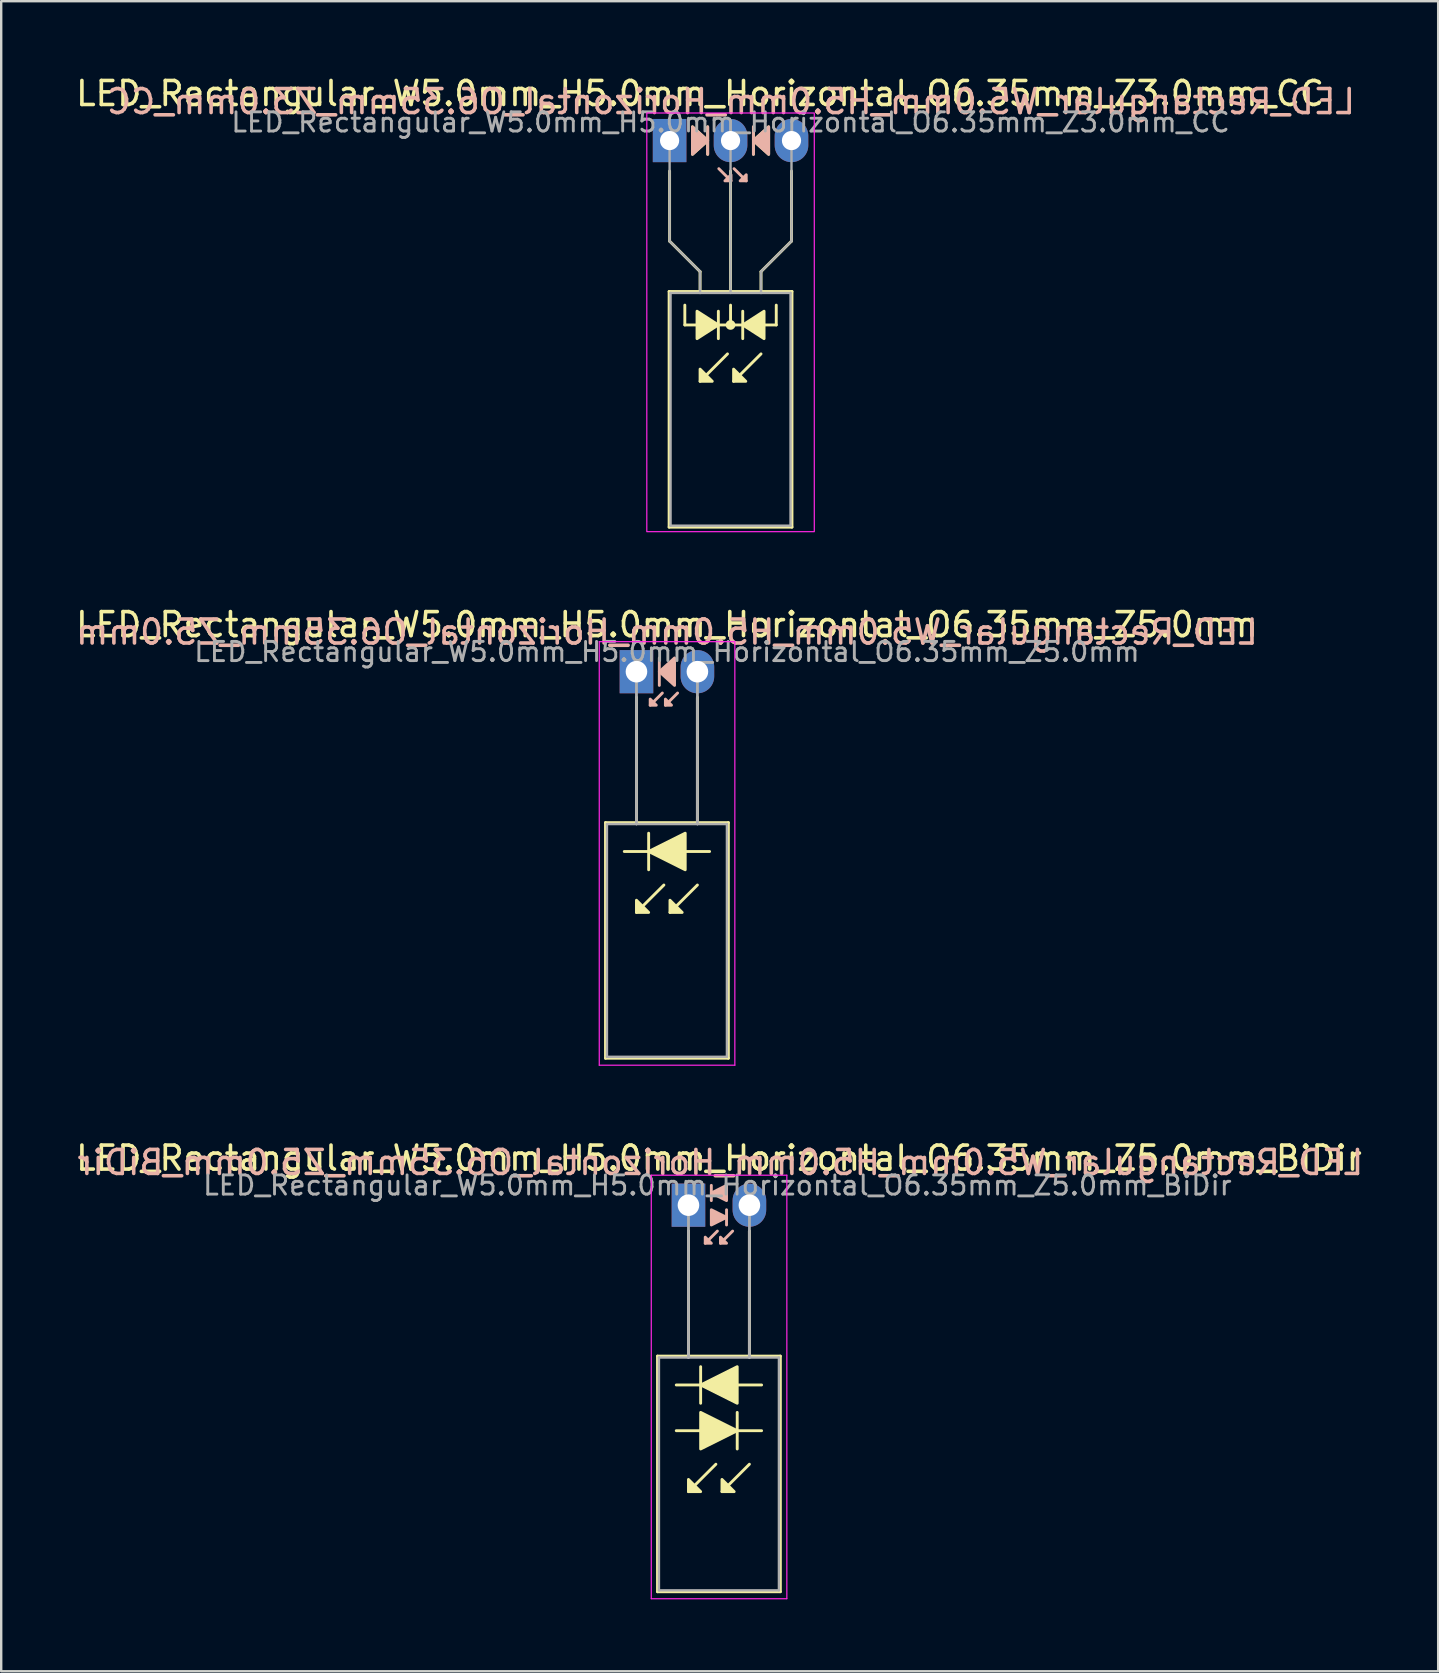
<source format=kicad_pcb>
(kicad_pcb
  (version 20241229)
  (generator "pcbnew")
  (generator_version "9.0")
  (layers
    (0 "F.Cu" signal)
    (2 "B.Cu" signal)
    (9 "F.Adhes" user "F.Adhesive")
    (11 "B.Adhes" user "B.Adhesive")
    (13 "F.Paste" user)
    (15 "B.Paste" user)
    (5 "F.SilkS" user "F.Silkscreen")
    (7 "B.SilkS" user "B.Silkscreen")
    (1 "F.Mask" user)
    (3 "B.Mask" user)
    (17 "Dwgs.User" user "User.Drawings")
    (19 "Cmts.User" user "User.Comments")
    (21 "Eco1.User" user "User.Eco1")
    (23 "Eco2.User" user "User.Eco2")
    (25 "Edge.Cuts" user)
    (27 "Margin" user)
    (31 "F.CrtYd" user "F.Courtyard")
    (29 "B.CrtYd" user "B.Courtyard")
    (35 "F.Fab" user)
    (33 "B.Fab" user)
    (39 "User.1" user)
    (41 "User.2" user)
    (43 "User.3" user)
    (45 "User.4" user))
  (footprint "LED_Rectangular_W5.0mm_H5.0mm_Horizontal_O6.35mm_Z5.0mm"
    (layer "F.Cu")
    (at 23.474 24.942)
    (property "Reference" "LED_Rectangular_W5.0mm_H5.0mm_Horizontal_O6.35mm_Z5.0mm" (at 1.27 -1.96 0) (layer "F.SilkS") (effects (font (size 1 1) (thickness 0.15))))
    (fp_line (start -1.29 6.29) (end -1.29 16.11) (stroke (width 0.12) (type solid)) (layer "F.SilkS"))
    (fp_line (start -1.29 16.11) (end 3.83 16.11) (stroke (width 0.12) (type solid)) (layer "F.SilkS"))
    (fp_line (start 0 1.08) (end 0 1.08) (stroke (width 0.12) (type solid)) (layer "F.SilkS"))
    (fp_line (start 0 1.08) (end 0 6.29) (stroke (width 0.12) (type solid)) (layer "F.SilkS"))
    (fp_line (start 0 6.29) (end 0 1.08) (stroke (width 0.12) (type solid)) (layer "F.SilkS"))
    (fp_line (start 0 6.29) (end 0 6.29) (stroke (width 0.12) (type solid)) (layer "F.SilkS"))
    (fp_line (start 0.508 6.731) (end 0.508 8.255) (stroke (width 0.12) (type solid)) (layer "F.SilkS"))
    (fp_line (start 0.508 7.493) (end -0.508 7.493) (stroke (width 0.12) (type solid)) (layer "F.SilkS"))
    (fp_line (start 1.143 8.89) (end 0 10.033) (stroke (width 0.12) (type solid)) (layer "F.SilkS"))
    (fp_line (start 2.54 1.08) (end 2.54 1.08) (stroke (width 0.12) (type solid)) (layer "F.SilkS"))
    (fp_line (start 2.54 1.08) (end 2.54 6.29) (stroke (width 0.12) (type solid)) (layer "F.SilkS"))
    (fp_line (start 2.54 6.29) (end 2.54 1.08) (stroke (width 0.12) (type solid)) (layer "F.SilkS"))
    (fp_line (start 2.54 6.29) (end 2.54 6.29) (stroke (width 0.12) (type solid)) (layer "F.SilkS"))
    (fp_line (start 2.54 8.89) (end 1.397 10.033) (stroke (width 0.12) (type solid)) (layer "F.SilkS"))
    (fp_line (start 3.048 7.493) (end 2.032 7.493) (stroke (width 0.12) (type solid)) (layer "F.SilkS"))
    (fp_line (start 3.83 6.29) (end -1.29 6.29) (stroke (width 0.12) (type solid)) (layer "F.SilkS"))
    (fp_line (start 3.83 16.11) (end 3.83 6.29) (stroke (width 0.12) (type solid)) (layer "F.SilkS"))
    (fp_poly (pts (xy 0 9.525) (xy 0.508 10.033) (xy 0 10.033)) (stroke (width 0.12) (type solid)) (fill yes) (layer "F.SilkS"))
    (fp_poly (pts (xy 1.397 9.525) (xy 1.905 10.033) (xy 1.397 10.033)) (stroke (width 0.12) (type solid)) (fill yes) (layer "F.SilkS"))
    (fp_poly (pts (xy 2.032 8.255) (xy 0.508 7.493) (xy 2.032 6.731)) (stroke (width 0.12) (type solid)) (fill yes) (layer "F.SilkS"))
    (fp_line (start 0.953 -0.572) (end 0.953 0.572) (stroke (width 0.12) (type solid)) (layer "B.SilkS"))
    (fp_line (start 1.079 0.889) (end 0.572 1.397) (stroke (width 0.12) (type solid)) (layer "B.SilkS"))
    (fp_line (start 1.714 0.889) (end 1.206 1.397) (stroke (width 0.12) (type solid)) (layer "B.SilkS"))
    (fp_poly (pts (xy 0.572 1.143) (xy 0.826 1.397) (xy 0.572 1.397)) (stroke (width 0.12) (type solid)) (fill yes) (layer "B.SilkS"))
    (fp_poly (pts (xy 1.206 1.143) (xy 1.46 1.397) (xy 1.206 1.397)) (stroke (width 0.12) (type solid)) (fill yes) (layer "B.SilkS"))
    (fp_poly (pts (xy 1.587 0.572) (xy 0.953 0) (xy 1.587 -0.572)) (stroke (width 0.12) (type solid)) (fill yes) (layer "B.SilkS"))
    (fp_line (start -1.55 -1.25) (end -1.55 16.4) (stroke (width 0.05) (type solid)) (layer "F.CrtYd"))
    (fp_line (start -1.55 16.4) (end 4.1 16.4) (stroke (width 0.05) (type solid)) (layer "F.CrtYd"))
    (fp_line (start 4.1 -1.25) (end -1.55 -1.25) (stroke (width 0.05) (type solid)) (layer "F.CrtYd"))
    (fp_line (start 4.1 16.4) (end 4.1 -1.25) (stroke (width 0.05) (type solid)) (layer "F.CrtYd"))
    (fp_line (start -1.23 6.35) (end -1.23 16.05) (stroke (width 0.1) (type solid)) (layer "F.Fab"))
    (fp_line (start -1.23 16.05) (end 3.77 16.05) (stroke (width 0.1) (type solid)) (layer "F.Fab"))
    (fp_line (start 0 0) (end 0 0) (stroke (width 0.1) (type solid)) (layer "F.Fab"))
    (fp_line (start 0 0) (end 0 6.35) (stroke (width 0.1) (type solid)) (layer "F.Fab"))
    (fp_line (start 0 6.35) (end 0 0) (stroke (width 0.1) (type solid)) (layer "F.Fab"))
    (fp_line (start 0 6.35) (end 0 6.35) (stroke (width 0.1) (type solid)) (layer "F.Fab"))
    (fp_line (start 2.54 0) (end 2.54 0) (stroke (width 0.1) (type solid)) (layer "F.Fab"))
    (fp_line (start 2.54 0) (end 2.54 6.35) (stroke (width 0.1) (type solid)) (layer "F.Fab"))
    (fp_line (start 2.54 6.35) (end 2.54 0) (stroke (width 0.1) (type solid)) (layer "F.Fab"))
    (fp_line (start 2.54 6.35) (end 2.54 6.35) (stroke (width 0.1) (type solid)) (layer "F.Fab"))
    (fp_line (start 3.77 6.35) (end -1.23 6.35) (stroke (width 0.1) (type solid)) (layer "F.Fab"))
    (fp_line (start 3.77 16.05) (end 3.77 6.35) (stroke (width 0.1) (type solid)) (layer "F.Fab"))
    (fp_text user "${REFERENCE}" (at 1.27 -1.651 0) (layer "B.SilkS") (effects (font (size 1 1) (thickness 0.15)) (justify mirror)))
    (fp_text user "${REFERENCE}" (at 1.27 -0.826 0) (layer "F.Fab") (effects (font (size 0.8 0.8) (thickness 0.12))))
    (pad "1" thru_hole rect (at 0 0) (size 1.4 1.8) (drill 0.9) (layers "*.Cu" "*.Mask"))
    (pad "2" thru_hole oval (at 2.54 0) (size 1.4 1.8) (drill 0.9) (layers "*.Cu" "*.Mask")))
  (footprint "LED_Rectangular_W5.0mm_H5.0mm_Horizontal_O6.35mm_Z5.0mm_BiDir"
    (layer "F.Cu")
    (at 25.641 47.175)
    (property "Reference" "LED_Rectangular_W5.0mm_H5.0mm_Horizontal_O6.35mm_Z5.0mm_BiDir" (at 1.27 -1.96 0) (layer "F.SilkS") (effects (font (size 1 1) (thickness 0.15))))
    (fp_line (start -1.29 6.29) (end -1.29 16.11) (stroke (width 0.12) (type solid)) (layer "F.SilkS"))
    (fp_line (start -1.29 16.11) (end 3.83 16.11) (stroke (width 0.12) (type solid)) (layer "F.SilkS"))
    (fp_line (start -0.508 9.398) (end 0.508 9.398) (stroke (width 0.12) (type solid)) (layer "F.SilkS"))
    (fp_line (start 0 1.08) (end 0 1.08) (stroke (width 0.12) (type solid)) (layer "F.SilkS"))
    (fp_line (start 0 1.08) (end 0 6.29) (stroke (width 0.12) (type solid)) (layer "F.SilkS"))
    (fp_line (start 0 6.29) (end 0 1.08) (stroke (width 0.12) (type solid)) (layer "F.SilkS"))
    (fp_line (start 0 6.29) (end 0 6.29) (stroke (width 0.12) (type solid)) (layer "F.SilkS"))
    (fp_line (start 0.508 6.731) (end 0.508 8.255) (stroke (width 0.12) (type solid)) (layer "F.SilkS"))
    (fp_line (start 0.508 7.493) (end -0.508 7.493) (stroke (width 0.12) (type solid)) (layer "F.SilkS"))
    (fp_line (start 1.143 10.795) (end 0 11.938) (stroke (width 0.12) (type solid)) (layer "F.SilkS"))
    (fp_line (start 2.032 9.398) (end 3.048 9.398) (stroke (width 0.12) (type solid)) (layer "F.SilkS"))
    (fp_line (start 2.032 10.16) (end 2.032 8.636) (stroke (width 0.12) (type solid)) (layer "F.SilkS"))
    (fp_line (start 2.54 1.08) (end 2.54 1.08) (stroke (width 0.12) (type solid)) (layer "F.SilkS"))
    (fp_line (start 2.54 1.08) (end 2.54 6.29) (stroke (width 0.12) (type solid)) (layer "F.SilkS"))
    (fp_line (start 2.54 6.29) (end 2.54 1.08) (stroke (width 0.12) (type solid)) (layer "F.SilkS"))
    (fp_line (start 2.54 6.29) (end 2.54 6.29) (stroke (width 0.12) (type solid)) (layer "F.SilkS"))
    (fp_line (start 2.54 10.795) (end 1.397 11.938) (stroke (width 0.12) (type solid)) (layer "F.SilkS"))
    (fp_line (start 3.048 7.493) (end 2.032 7.493) (stroke (width 0.12) (type solid)) (layer "F.SilkS"))
    (fp_line (start 3.83 6.29) (end -1.29 6.29) (stroke (width 0.12) (type solid)) (layer "F.SilkS"))
    (fp_line (start 3.83 16.11) (end 3.83 6.29) (stroke (width 0.12) (type solid)) (layer "F.SilkS"))
    (fp_poly (pts (xy 0 11.43) (xy 0.508 11.938) (xy 0 11.938)) (stroke (width 0.12) (type solid)) (fill yes) (layer "F.SilkS"))
    (fp_poly (pts (xy 0.508 8.636) (xy 2.032 9.398) (xy 0.508 10.16)) (stroke (width 0.12) (type solid)) (fill yes) (layer "F.SilkS"))
    (fp_poly (pts (xy 1.397 11.43) (xy 1.905 11.938) (xy 1.397 11.938)) (stroke (width 0.12) (type solid)) (fill yes) (layer "F.SilkS"))
    (fp_poly (pts (xy 2.032 8.255) (xy 0.508 7.493) (xy 2.032 6.731)) (stroke (width 0.12) (type solid)) (fill yes) (layer "F.SilkS"))
    (fp_line (start 0.953 -0.826) (end 0.953 -0.191) (stroke (width 0.12) (type solid)) (layer "B.SilkS"))
    (fp_line (start 1.206 1.079) (end 0.699 1.587) (stroke (width 0.12) (type solid)) (layer "B.SilkS"))
    (fp_line (start 1.587 0.826) (end 1.587 0.191) (stroke (width 0.12) (type solid)) (layer "B.SilkS"))
    (fp_line (start 1.841 1.079) (end 1.333 1.587) (stroke (width 0.12) (type solid)) (layer "B.SilkS"))
    (fp_poly (pts (xy 0.699 1.333) (xy 0.953 1.587) (xy 0.699 1.587)) (stroke (width 0.12) (type solid)) (fill yes) (layer "B.SilkS"))
    (fp_poly (pts (xy 0.953 0.191) (xy 1.587 0.508) (xy 0.953 0.826)) (stroke (width 0.12) (type solid)) (fill yes) (layer "B.SilkS"))
    (fp_poly (pts (xy 1.333 1.333) (xy 1.587 1.587) (xy 1.333 1.587)) (stroke (width 0.12) (type solid)) (fill yes) (layer "B.SilkS"))
    (fp_poly (pts (xy 1.587 -0.191) (xy 0.953 -0.508) (xy 1.587 -0.826)) (stroke (width 0.12) (type solid)) (fill yes) (layer "B.SilkS"))
    (fp_line (start -1.55 -1.25) (end -1.55 16.4) (stroke (width 0.05) (type solid)) (layer "F.CrtYd"))
    (fp_line (start -1.55 16.4) (end 4.1 16.4) (stroke (width 0.05) (type solid)) (layer "F.CrtYd"))
    (fp_line (start 4.1 -1.25) (end -1.55 -1.25) (stroke (width 0.05) (type solid)) (layer "F.CrtYd"))
    (fp_line (start 4.1 16.4) (end 4.1 -1.25) (stroke (width 0.05) (type solid)) (layer "F.CrtYd"))
    (fp_line (start -1.23 6.35) (end -1.23 16.05) (stroke (width 0.1) (type solid)) (layer "F.Fab"))
    (fp_line (start -1.23 16.05) (end 3.77 16.05) (stroke (width 0.1) (type solid)) (layer "F.Fab"))
    (fp_line (start 0 0) (end 0 0) (stroke (width 0.1) (type solid)) (layer "F.Fab"))
    (fp_line (start 0 0) (end 0 6.35) (stroke (width 0.1) (type solid)) (layer "F.Fab"))
    (fp_line (start 0 6.35) (end 0 0) (stroke (width 0.1) (type solid)) (layer "F.Fab"))
    (fp_line (start 0 6.35) (end 0 6.35) (stroke (width 0.1) (type solid)) (layer "F.Fab"))
    (fp_line (start 2.54 0) (end 2.54 0) (stroke (width 0.1) (type solid)) (layer "F.Fab"))
    (fp_line (start 2.54 0) (end 2.54 6.35) (stroke (width 0.1) (type solid)) (layer "F.Fab"))
    (fp_line (start 2.54 6.35) (end 2.54 0) (stroke (width 0.1) (type solid)) (layer "F.Fab"))
    (fp_line (start 2.54 6.35) (end 2.54 6.35) (stroke (width 0.1) (type solid)) (layer "F.Fab"))
    (fp_line (start 3.77 6.35) (end -1.23 6.35) (stroke (width 0.1) (type solid)) (layer "F.Fab"))
    (fp_line (start 3.77 16.05) (end 3.77 6.35) (stroke (width 0.1) (type solid)) (layer "F.Fab"))
    (fp_text user "${REFERENCE}" (at 1.333 -1.778 0) (layer "B.SilkS") (effects (font (size 1 1) (thickness 0.15)) (justify mirror)))
    (fp_text user "${REFERENCE}" (at 1.206 -0.826 0) (layer "F.Fab") (effects (font (size 0.8 0.8) (thickness 0.12))))
    (pad "1" thru_hole rect (at 0 0) (size 1.4 1.8) (drill 0.9) (layers "*.Cu" "*.Mask"))
    (pad "2" thru_hole oval (at 2.54 0) (size 1.4 1.8) (drill 0.9) (layers "*.Cu" "*.Mask")))
  (footprint "LED_Rectangular_W5.0mm_H5.0mm_Horizontal_O6.35mm_Z3.0mm_CC"
    (layer "F.Cu")
    (at 24.855 2.808)
    (property "Reference" "LED_Rectangular_W5.0mm_H5.0mm_Horizontal_O6.35mm_Z3.0mm_CC" (at 1.27 -1.96 0) (layer "F.SilkS") (effects (font (size 1 1) (thickness 0.15))))
    (fp_line (start -0.02 6.29) (end -0.02 16.11) (stroke (width 0.12) (type solid)) (layer "F.SilkS"))
    (fp_line (start -0.02 16.11) (end 5.1 16.11) (stroke (width 0.12) (type solid)) (layer "F.SilkS"))
    (fp_line (start 0 1.27) (end 0 4.191) (stroke (width 0.12) (type default)) (layer "F.SilkS"))
    (fp_line (start 0 4.191) (end 1.27 5.461) (stroke (width 0.12) (type default)) (layer "F.SilkS"))
    (fp_line (start 0.635 7.684) (end 0.635 6.858) (stroke (width 0.12) (type default)) (layer "F.SilkS"))
    (fp_line (start 0.635 7.684) (end 4.445 7.684) (stroke (width 0.12) (type default)) (layer "F.SilkS"))
    (fp_line (start 1.27 5.461) (end 1.27 6.29) (stroke (width 0.12) (type default)) (layer "F.SilkS"))
    (fp_line (start 1.27 6.29) (end 1.27 6.29) (stroke (width 0.12) (type solid)) (layer "F.SilkS"))
    (fp_line (start 1.587 0.572) (end 1.587 -0.572) (stroke (width 0.12) (type solid)) (layer "F.SilkS"))
    (fp_line (start 2.032 8.255) (end 2.032 7.112) (stroke (width 0.12) (type solid)) (layer "F.SilkS"))
    (fp_line (start 2.413 8.89) (end 1.27 10.033) (stroke (width 0.12) (type solid)) (layer "F.SilkS"))
    (fp_line (start 2.54 6.29) (end 2.54 1.27) (stroke (width 0.12) (type default)) (layer "F.SilkS"))
    (fp_line (start 2.54 7.684) (end 2.54 6.858) (stroke (width 0.12) (type default)) (layer "F.SilkS"))
    (fp_line (start 3.048 7.112) (end 3.048 8.255) (stroke (width 0.12) (type solid)) (layer "F.SilkS"))
    (fp_line (start 3.493 -0.572) (end 3.493 0.572) (stroke (width 0.12) (type solid)) (layer "F.SilkS"))
    (fp_line (start 3.81 5.461) (end 3.81 6.29) (stroke (width 0.12) (type default)) (layer "F.SilkS"))
    (fp_line (start 3.81 6.29) (end 3.81 6.29) (stroke (width 0.12) (type solid)) (layer "F.SilkS"))
    (fp_line (start 3.81 8.89) (end 2.667 10.033) (stroke (width 0.12) (type solid)) (layer "F.SilkS"))
    (fp_line (start 4.445 7.684) (end 4.445 6.858) (stroke (width 0.12) (type default)) (layer "F.SilkS"))
    (fp_line (start 5.08 1.27) (end 5.08 4.191) (stroke (width 0.12) (type default)) (layer "F.SilkS"))
    (fp_line (start 5.08 4.191) (end 3.81 5.461) (stroke (width 0.12) (type default)) (layer "F.SilkS"))
    (fp_line (start 5.1 6.29) (end -0.02 6.29) (stroke (width 0.12) (type solid)) (layer "F.SilkS"))
    (fp_line (start 5.1 16.11) (end 5.1 6.29) (stroke (width 0.12) (type solid)) (layer "F.SilkS"))
    (fp_circle (center 2.54 7.684) (end 2.682 7.684) (stroke (width 0.12) (type solid)) (fill yes) (layer "F.SilkS"))
    (fp_poly (pts (xy 0.953 -0.572) (xy 1.587 0) (xy 0.953 0.572)) (stroke (width 0.12) (type solid)) (fill yes) (layer "F.SilkS"))
    (fp_poly (pts (xy 1.143 7.112) (xy 2.032 7.684) (xy 1.143 8.255)) (stroke (width 0.12) (type solid)) (fill yes) (layer "F.SilkS"))
    (fp_poly (pts (xy 1.27 9.525) (xy 1.778 10.033) (xy 1.27 10.033)) (stroke (width 0.12) (type solid)) (fill yes) (layer "F.SilkS"))
    (fp_poly (pts (xy 2.667 9.525) (xy 3.175 10.033) (xy 2.667 10.033)) (stroke (width 0.12) (type solid)) (fill yes) (layer "F.SilkS"))
    (fp_poly (pts (xy 3.937 8.255) (xy 3.048 7.684) (xy 3.937 7.112)) (stroke (width 0.12) (type solid)) (fill yes) (layer "F.SilkS"))
    (fp_poly (pts (xy 4.128 0.572) (xy 3.493 0) (xy 4.128 -0.572)) (stroke (width 0.12) (type solid)) (fill yes) (layer "F.SilkS"))
    (fp_line (start 1.587 0.572) (end 1.587 -0.572) (stroke (width 0.12) (type solid)) (layer "B.SilkS"))
    (fp_line (start 2.559 1.679) (end 2.051 1.171) (stroke (width 0.12) (type solid)) (layer "B.SilkS"))
    (fp_line (start 3.194 1.679) (end 2.686 1.171) (stroke (width 0.12) (type solid)) (layer "B.SilkS"))
    (fp_line (start 3.493 -0.572) (end 3.493 0.572) (stroke (width 0.12) (type solid)) (layer "B.SilkS"))
    (fp_poly (pts (xy 0.953 0.572) (xy 1.587 0) (xy 0.953 -0.572)) (stroke (width 0.12) (type solid)) (fill yes) (layer "B.SilkS"))
    (fp_poly (pts (xy 2.559 1.425) (xy 2.305 1.679) (xy 2.559 1.679)) (stroke (width 0.12) (type solid)) (fill yes) (layer "B.SilkS"))
    (fp_poly (pts (xy 3.194 1.425) (xy 2.94 1.679) (xy 3.194 1.679)) (stroke (width 0.12) (type solid)) (fill yes) (layer "B.SilkS"))
    (fp_poly (pts (xy 4.128 0.572) (xy 3.493 0) (xy 4.128 -0.572)) (stroke (width 0.12) (type solid)) (fill yes) (layer "B.SilkS"))
    (fp_rect (start -0.95 -1.15) (end 6.03 16.3) (stroke (width 0.05) (type default)) (fill no) (layer "F.CrtYd"))
    (fp_line (start 0 0) (end 0 0) (stroke (width 0.1) (type solid)) (layer "F.Fab"))
    (fp_line (start 0 4.191) (end 0 0) (stroke (width 0.1) (type default)) (layer "F.Fab"))
    (fp_line (start 0.04 6.35) (end 0.04 16.05) (stroke (width 0.1) (type solid)) (layer "F.Fab"))
    (fp_line (start 0.04 16.05) (end 5.04 16.05) (stroke (width 0.1) (type solid)) (layer "F.Fab"))
    (fp_line (start 1.27 5.461) (end 0 4.191) (stroke (width 0.1) (type default)) (layer "F.Fab"))
    (fp_line (start 1.27 5.461) (end 1.27 6.35) (stroke (width 0.1) (type default)) (layer "F.Fab"))
    (fp_line (start 1.27 6.35) (end 1.27 6.35) (stroke (width 0.1) (type solid)) (layer "F.Fab"))
    (fp_line (start 2.54 0) (end 2.54 0) (stroke (width 0.1) (type solid)) (layer "F.Fab"))
    (fp_line (start 2.54 0) (end 2.54 6.35) (stroke (width 0.1) (type default)) (layer "F.Fab"))
    (fp_line (start 3.81 5.461) (end 3.81 6.35) (stroke (width 0.1) (type default)) (layer "F.Fab"))
    (fp_line (start 3.81 5.461) (end 5.08 4.191) (stroke (width 0.1) (type default)) (layer "F.Fab"))
    (fp_line (start 3.81 6.35) (end 3.81 6.35) (stroke (width 0.1) (type solid)) (layer "F.Fab"))
    (fp_line (start 5.04 6.35) (end 0.04 6.35) (stroke (width 0.1) (type solid)) (layer "F.Fab"))
    (fp_line (start 5.04 16.05) (end 5.04 6.35) (stroke (width 0.1) (type solid)) (layer "F.Fab"))
    (fp_line (start 5.08 4.191) (end 5.08 0) (stroke (width 0.1) (type default)) (layer "F.Fab"))
    (fp_text user "${REFERENCE}" (at 2.559 -1.623 0) (layer "B.SilkS") (effects (font (size 1 1) (thickness 0.15)) (justify mirror)))
    (fp_text user "${REFERENCE}" (at 2.54 -0.762 0) (layer "F.Fab") (effects (font (size 0.8 0.8) (thickness 0.12))))
    (pad "1" thru_hole rect (at 0 0) (size 1.4 1.8) (drill 0.8) (layers "*.Cu" "*.Mask"))
    (pad "2" thru_hole oval (at 2.54 0) (size 1.4 1.8) (drill 0.8) (layers "*.Cu" "*.Mask"))
    (pad "3" thru_hole oval (at 5.08 0) (size 1.4 1.8) (drill 0.8) (layers "*.Cu" "*.Mask")))
  (gr_rect
    (start -3 -3)
    (end 56.885 66.6)
    (stroke (width 0.1) (type default))
    (fill no)
    (layer "Edge.Cuts")))
</source>
